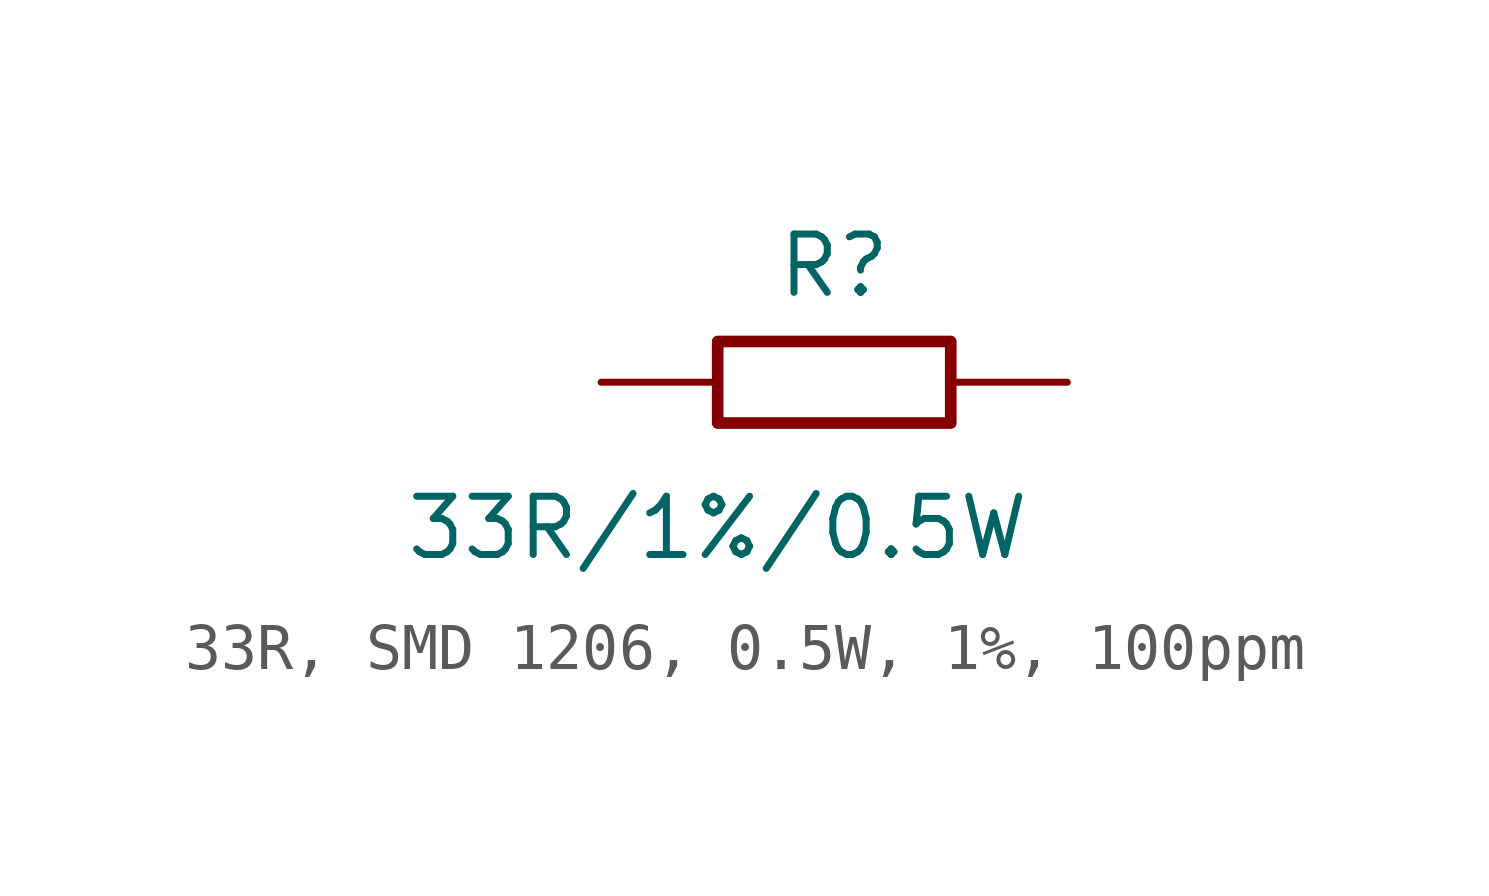
<source format=kicad_sym>
(kicad_symbol_lib
  (version 20241209)
  (generator "kicad_symbol_editor")
  (generator_version "9.0")
  (symbol "33R, SMD 1206, 0.5W, 1%, 100ppm"
    (pin_numbers
      (hide yes))
    (pin_names
      (offset 0)
      (hide yes))
    (property "Reference" "R"
      (at 0 2.54 0)
      (effects (font (size 1.27 1.27))))
    (property "Value" "33R/1%/0.5W"
      (at -2.54 -3.175 0)
      (effects (font (size 1.27 1.27))))
    (symbol "33R, SMD 1206, 0.5W, 1%, 100ppm_0_1"
      (rectangle (start -2.54 0.889) (end 2.54 -0.889) (stroke (width 0.254) (type default)) (fill (type none))))
    (symbol "33R, SMD 1206, 0.5W, 1%, 100ppm_1_1"
      (pin passive line (at -5.08 0 0) (length 2.54) (name "1" (effects (font (size 1.27 1.27)))) (number "1" (effects (font (size 1.27 1.27)))))
      (pin passive line (at 5.08 0 180) (length 2.54) (name "2" (effects (font (size 1.27 1.27)))) (number "2" (effects (font (size 1.27 1.27))))))))
</source>
